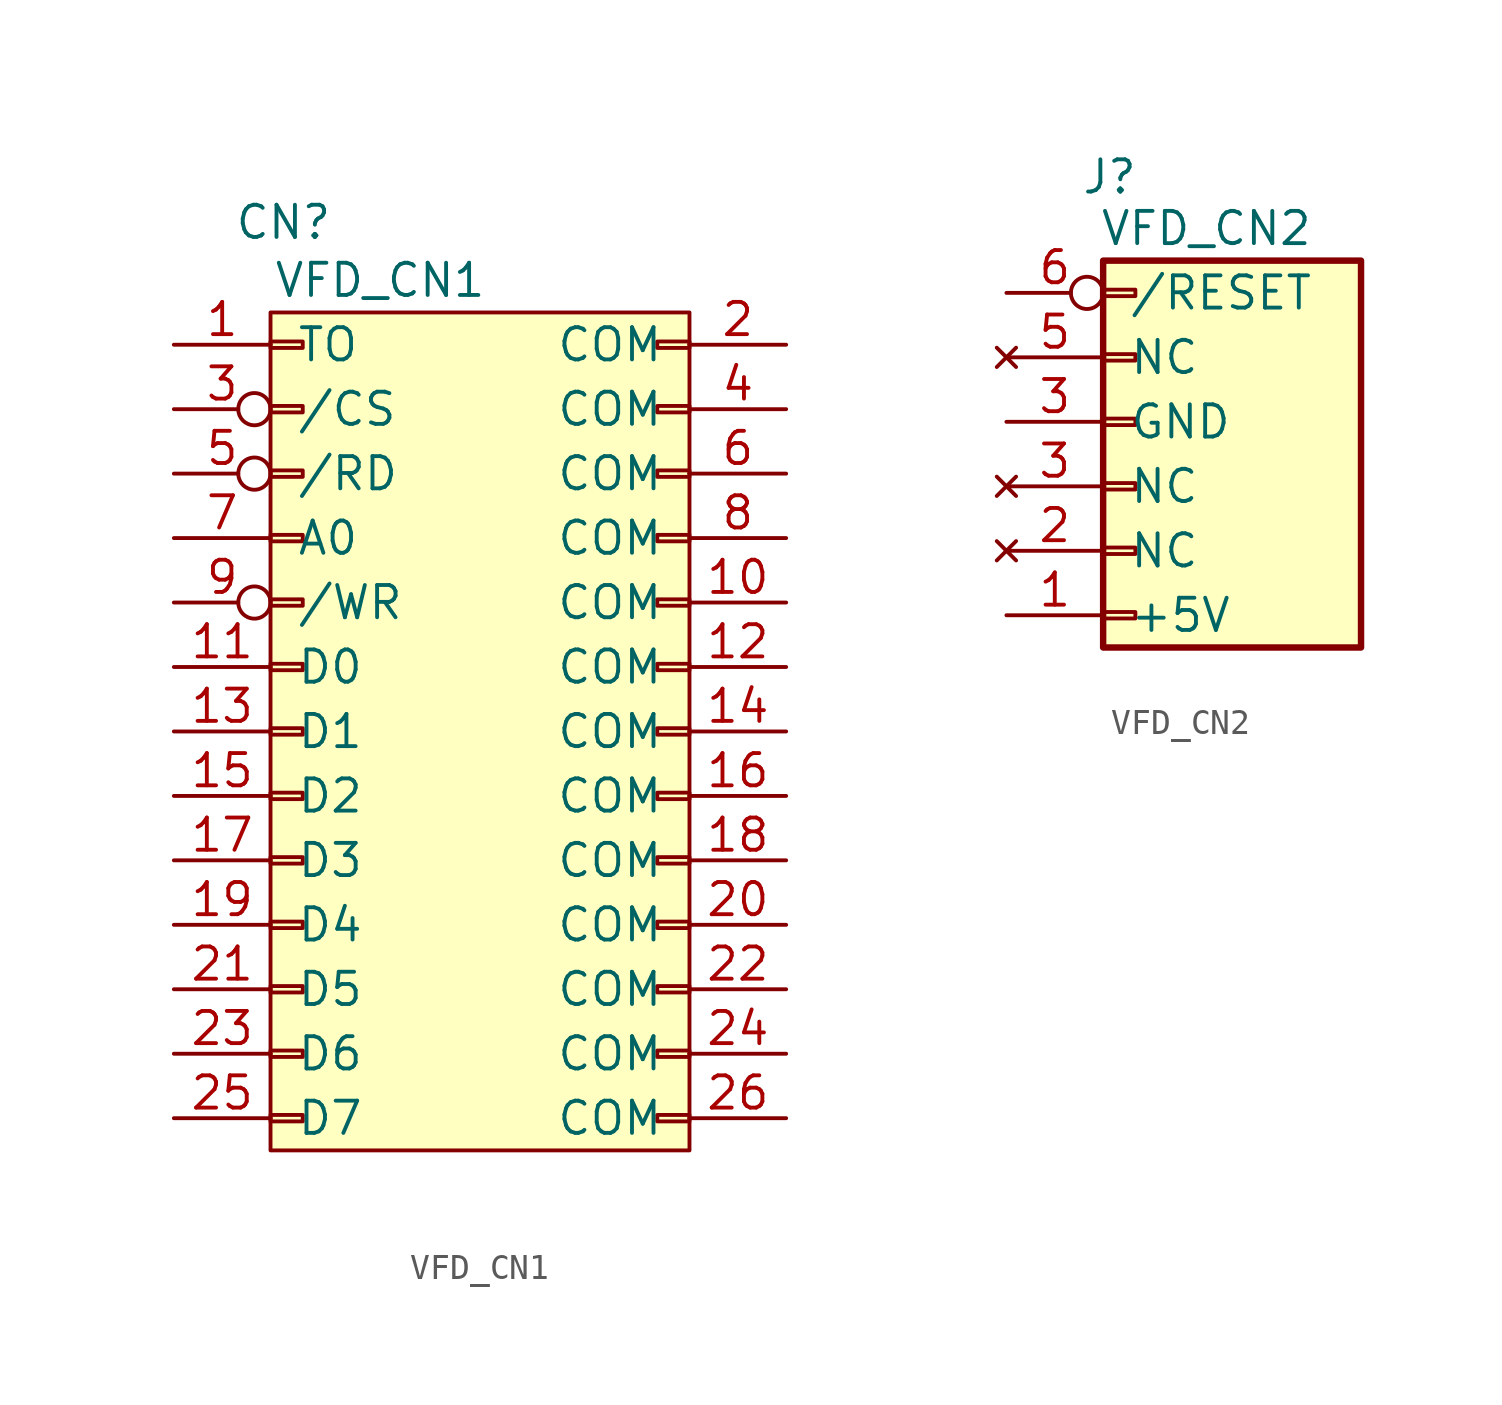
<source format=kicad_sym>
(kicad_symbol_lib
  (version 20211014)
  (generator kicad_symbol_editor)
  (symbol "VFD_CN1"
    (pin_names
      (offset 1.016))
    (property "Reference" "CN"
      (at -0.762 20.066 0)
      (effects (font (size 1.27 1.27))))
    (property "Value" "VFD_CN1"
      (at 3.048 17.78 0)
      (effects (font (size 1.27 1.27))))
    (symbol "VFD_CN1_0_1"
      (rectangle (start -1.27 16.51) (end 15.24 -16.51) (stroke (width 0) (type default) (color 0 0 0 0)) (fill (type background))))
    (symbol "VFD_CN1_1_1"
      (rectangle (start -1.27 -15.113) (end 0 -15.367) (stroke (width 0.152) (type default) (color 0 0 0 0)) (fill (type none)))
      (rectangle (start -1.27 -12.573) (end 0 -12.827) (stroke (width 0.152) (type default) (color 0 0 0 0)) (fill (type none)))
      (rectangle (start -1.27 -10.033) (end 0 -10.287) (stroke (width 0.152) (type default) (color 0 0 0 0)) (fill (type none)))
      (rectangle (start -1.27 -7.493) (end 0 -7.747) (stroke (width 0.152) (type default) (color 0 0 0 0)) (fill (type none)))
      (rectangle (start -1.27 -4.953) (end 0 -5.207) (stroke (width 0.152) (type default) (color 0 0 0 0)) (fill (type none)))
      (rectangle (start -1.27 -2.413) (end 0 -2.667) (stroke (width 0.152) (type default) (color 0 0 0 0)) (fill (type none)))
      (rectangle (start -1.27 0.127) (end 0 -0.127) (stroke (width 0.152) (type default) (color 0 0 0 0)) (fill (type none)))
      (rectangle (start -1.27 2.667) (end 0 2.413) (stroke (width 0.152) (type default) (color 0 0 0 0)) (fill (type none)))
      (rectangle (start -1.27 5.207) (end 0 4.953) (stroke (width 0.152) (type default) (color 0 0 0 0)) (fill (type none)))
      (rectangle (start -1.27 7.747) (end 0 7.493) (stroke (width 0.152) (type default) (color 0 0 0 0)) (fill (type none)))
      (rectangle (start -1.27 10.287) (end 0 10.033) (stroke (width 0.152) (type default) (color 0 0 0 0)) (fill (type none)))
      (rectangle (start -1.27 12.827) (end 0 12.573) (stroke (width 0.152) (type default) (color 0 0 0 0)) (fill (type none)))
      (rectangle (start -1.27 15.367) (end 0 15.113) (stroke (width 0.152) (type default) (color 0 0 0 0)) (fill (type none)))
      (rectangle (start 15.24 -15.113) (end 13.97 -15.367) (stroke (width 0.152) (type default) (color 0 0 0 0)) (fill (type none)))
      (rectangle (start 15.24 -12.573) (end 13.97 -12.827) (stroke (width 0.152) (type default) (color 0 0 0 0)) (fill (type none)))
      (rectangle (start 15.24 -10.033) (end 13.97 -10.287) (stroke (width 0.152) (type default) (color 0 0 0 0)) (fill (type none)))
      (rectangle (start 15.24 -7.493) (end 13.97 -7.747) (stroke (width 0.152) (type default) (color 0 0 0 0)) (fill (type none)))
      (rectangle (start 15.24 -4.953) (end 13.97 -5.207) (stroke (width 0.152) (type default) (color 0 0 0 0)) (fill (type none)))
      (rectangle (start 15.24 -2.413) (end 13.97 -2.667) (stroke (width 0.152) (type default) (color 0 0 0 0)) (fill (type none)))
      (rectangle (start 15.24 0.127) (end 13.97 -0.127) (stroke (width 0.152) (type default) (color 0 0 0 0)) (fill (type none)))
      (rectangle (start 15.24 2.667) (end 13.97 2.413) (stroke (width 0.152) (type default) (color 0 0 0 0)) (fill (type none)))
      (rectangle (start 15.24 5.207) (end 13.97 4.953) (stroke (width 0.152) (type default) (color 0 0 0 0)) (fill (type none)))
      (rectangle (start 15.24 7.747) (end 13.97 7.493) (stroke (width 0.152) (type default) (color 0 0 0 0)) (fill (type none)))
      (rectangle (start 15.24 10.287) (end 13.97 10.033) (stroke (width 0.152) (type default) (color 0 0 0 0)) (fill (type none)))
      (rectangle (start 15.24 12.827) (end 13.97 12.573) (stroke (width 0.152) (type default) (color 0 0 0 0)) (fill (type none)))
      (rectangle (start 15.24 15.367) (end 13.97 15.113) (stroke (width 0.152) (type default) (color 0 0 0 0)) (fill (type none)))
      (pin input line (at -5.08 15.24 0) (length 3.81) (name "TO" (effects (font (size 1.27 1.27)))) (number "1" (effects (font (size 1.27 1.27)))))
      (pin passive line (at 19.05 5.08 180) (length 3.81) (name "COM" (effects (font (size 1.27 1.27)))) (number "10" (effects (font (size 1.27 1.27)))))
      (pin input line (at -5.08 2.54 0) (length 3.81) (name "D0" (effects (font (size 1.27 1.27)))) (number "11" (effects (font (size 1.27 1.27)))))
      (pin passive line (at 19.05 2.54 180) (length 3.81) (name "COM" (effects (font (size 1.27 1.27)))) (number "12" (effects (font (size 1.27 1.27)))))
      (pin input line (at -5.08 0 0) (length 3.81) (name "D1" (effects (font (size 1.27 1.27)))) (number "13" (effects (font (size 1.27 1.27)))))
      (pin passive line (at 19.05 0 180) (length 3.81) (name "COM" (effects (font (size 1.27 1.27)))) (number "14" (effects (font (size 1.27 1.27)))))
      (pin input line (at -5.08 -2.54 0) (length 3.81) (name "D2" (effects (font (size 1.27 1.27)))) (number "15" (effects (font (size 1.27 1.27)))))
      (pin passive line (at 19.05 -2.54 180) (length 3.81) (name "COM" (effects (font (size 1.27 1.27)))) (number "16" (effects (font (size 1.27 1.27)))))
      (pin input line (at -5.08 -5.08 0) (length 3.81) (name "D3" (effects (font (size 1.27 1.27)))) (number "17" (effects (font (size 1.27 1.27)))))
      (pin passive line (at 19.05 -5.08 180) (length 3.81) (name "COM" (effects (font (size 1.27 1.27)))) (number "18" (effects (font (size 1.27 1.27)))))
      (pin input line (at -5.08 -7.62 0) (length 3.81) (name "D4" (effects (font (size 1.27 1.27)))) (number "19" (effects (font (size 1.27 1.27)))))
      (pin passive line (at 19.05 15.24 180) (length 3.81) (name "COM" (effects (font (size 1.27 1.27)))) (number "2" (effects (font (size 1.27 1.27)))))
      (pin passive line (at 19.05 -7.62 180) (length 3.81) (name "COM" (effects (font (size 1.27 1.27)))) (number "20" (effects (font (size 1.27 1.27)))))
      (pin input line (at -5.08 -10.16 0) (length 3.81) (name "D5" (effects (font (size 1.27 1.27)))) (number "21" (effects (font (size 1.27 1.27)))))
      (pin passive line (at 19.05 -10.16 180) (length 3.81) (name "COM" (effects (font (size 1.27 1.27)))) (number "22" (effects (font (size 1.27 1.27)))))
      (pin input line (at -5.08 -12.7 0) (length 3.81) (name "D6" (effects (font (size 1.27 1.27)))) (number "23" (effects (font (size 1.27 1.27)))))
      (pin passive line (at 19.05 -12.7 180) (length 3.81) (name "COM" (effects (font (size 1.27 1.27)))) (number "24" (effects (font (size 1.27 1.27)))))
      (pin input line (at -5.08 -15.24 0) (length 3.81) (name "D7" (effects (font (size 1.27 1.27)))) (number "25" (effects (font (size 1.27 1.27)))))
      (pin passive line (at 19.05 -15.24 180) (length 3.81) (name "COM" (effects (font (size 1.27 1.27)))) (number "26" (effects (font (size 1.27 1.27)))))
      (pin input inverted (at -5.08 12.7 0) (length 3.81) (name "/CS" (effects (font (size 1.27 1.27)))) (number "3" (effects (font (size 1.27 1.27)))))
      (pin passive line (at 19.05 12.7 180) (length 3.81) (name "COM" (effects (font (size 1.27 1.27)))) (number "4" (effects (font (size 1.27 1.27)))))
      (pin input inverted (at -5.08 10.16 0) (length 3.81) (name "/RD" (effects (font (size 1.27 1.27)))) (number "5" (effects (font (size 1.27 1.27)))))
      (pin passive line (at 19.05 10.16 180) (length 3.81) (name "COM" (effects (font (size 1.27 1.27)))) (number "6" (effects (font (size 1.27 1.27)))))
      (pin input line (at -5.08 7.62 0) (length 3.81) (name "A0" (effects (font (size 1.27 1.27)))) (number "7" (effects (font (size 1.27 1.27)))))
      (pin passive line (at 19.05 7.62 180) (length 3.81) (name "COM" (effects (font (size 1.27 1.27)))) (number "8" (effects (font (size 1.27 1.27)))))
      (pin input inverted (at -5.08 5.08 0) (length 3.81) (name "/WR" (effects (font (size 1.27 1.27)))) (number "9" (effects (font (size 1.27 1.27)))))))
  (symbol "VFD_CN2"
    (pin_names
      (offset 1.016))
    (property "Reference" "J"
      (at -1.016 9.652 0)
      (effects (font (size 1.27 1.27))))
    (property "Value" "VFD_CN2"
      (at 2.794 7.62 0)
      (effects (font (size 1.27 1.27))))
    (symbol "VFD_CN2_1_1"
      (rectangle (start -1.27 -7.493) (end 0 -7.747) (stroke (width 0.152) (type default) (color 0 0 0 0)) (fill (type none)))
      (rectangle (start -1.27 -4.953) (end 0 -5.207) (stroke (width 0.152) (type default) (color 0 0 0 0)) (fill (type none)))
      (rectangle (start -1.27 -2.413) (end 0 -2.667) (stroke (width 0.152) (type default) (color 0 0 0 0)) (fill (type none)))
      (rectangle (start -1.27 0.127) (end 0 -0.127) (stroke (width 0.152) (type default) (color 0 0 0 0)) (fill (type none)))
      (rectangle (start -1.27 2.667) (end 0 2.413) (stroke (width 0.152) (type default) (color 0 0 0 0)) (fill (type none)))
      (rectangle (start -1.27 5.207) (end 0 4.953) (stroke (width 0.152) (type default) (color 0 0 0 0)) (fill (type none)))
      (rectangle (start -1.27 6.35) (end 8.89 -8.89) (stroke (width 0.254) (type default) (color 0 0 0 0)) (fill (type background)))
      (pin power_in line (at -5.08 -7.62 0) (length 3.81) (name "+5V" (effects (font (size 1.27 1.27)))) (number "1" (effects (font (size 1.27 1.27)))))
      (pin no_connect line (at -5.08 -5.08 0) (length 3.81) (name "NC" (effects (font (size 1.27 1.27)))) (number "2" (effects (font (size 1.27 1.27)))))
      (pin passive line (at -5.08 0 0) (length 3.81) (name "GND" (effects (font (size 1.27 1.27)))) (number "3" (effects (font (size 1.27 1.27)))))
      (pin no_connect line (at -5.08 -2.54 0) (length 3.81) (name "NC" (effects (font (size 1.27 1.27)))) (number "3" (effects (font (size 1.27 1.27)))))
      (pin no_connect line (at -5.08 2.54 0) (length 3.81) (name "NC" (effects (font (size 1.27 1.27)))) (number "5" (effects (font (size 1.27 1.27)))))
      (pin passive inverted (at -5.08 5.08 0) (length 3.81) (name "/RESET" (effects (font (size 1.27 1.27)))) (number "6" (effects (font (size 1.27 1.27))))))))
</source>
